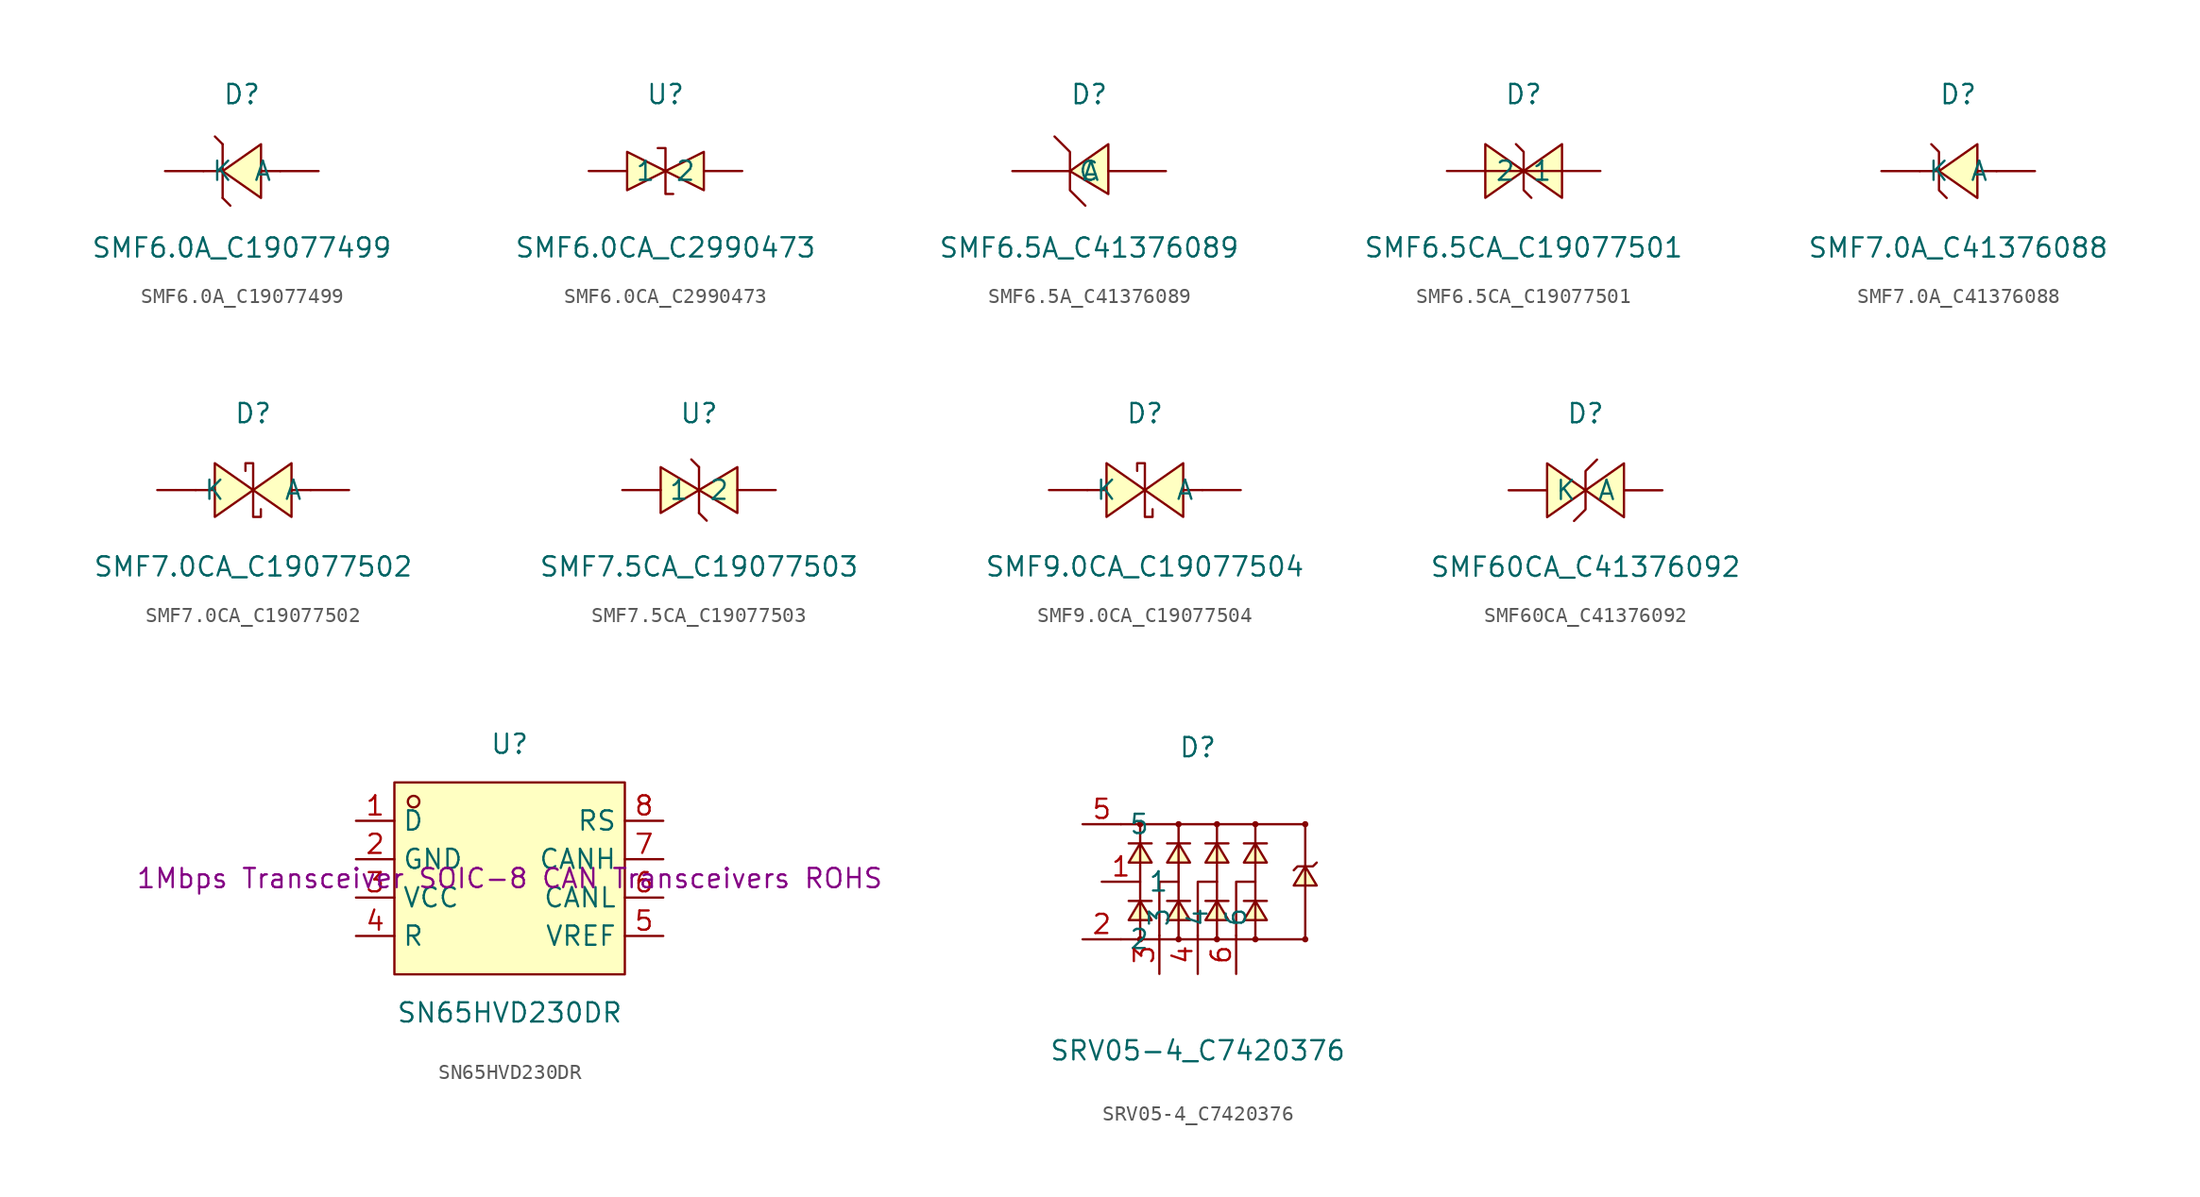
<source format=kicad_sym>
(kicad_symbol_lib
  (version 20241209)
  (generator "kicad_symbol_editor")
  (generator_version "9.0")
  (symbol "SMF6.0A_C19077499"
    (pin_numbers
      (hide yes))
    (property "Reference" "D"
      (at 0 5.08 0)
      (effects (font (size 1.27 1.27))))
    (property "Value" "SMF6.0A_C19077499"
      (at 0 -5.08 0)
      (effects (font (size 1.27 1.27))))
    (symbol "SMF6.0A_C19077499_0_1"
      (polyline (pts (xy -1.27 1.78) (xy -1.78 2.29)) (stroke (width 0) (type default)) (fill (type none)))
      (polyline (pts (xy -1.27 1.78) (xy -1.27 -1.78)) (stroke (width 0) (type default)) (fill (type none)))
      (polyline (pts (xy -1.27 0) (xy -2.54 0)) (stroke (width 0) (type default)) (fill (type none)))
      (polyline (pts (xy -1.27 -1.78) (xy -0.76 -2.29)) (stroke (width 0) (type default)) (fill (type none)))
      (polyline (pts (xy 1.27 1.78) (xy -1.27 0) (xy 1.27 -1.78) (xy 1.27 1.78)) (stroke (width 0) (type default)) (fill (type background)))
      (polyline (pts (xy 2.54 0) (xy 1.27 0)) (stroke (width 0) (type default)) (fill (type none)))
      (pin unspecified line (at -5.08 0 0) (length 2.54) (name "K" (effects (font (size 1.27 1.27)))) (number "1" (effects (font (size 1.27 1.27)))))
      (pin unspecified line (at 5.08 0 180) (length 2.54) (name "A" (effects (font (size 1.27 1.27)))) (number "2" (effects (font (size 1.27 1.27)))))))
  (symbol "SMF6.0CA_C2990473"
    (pin_numbers
      (hide yes))
    (property "Reference" "U"
      (at 0 5.08 0)
      (effects (font (size 1.27 1.27))))
    (property "Value" "SMF6.0CA_C2990473"
      (at 0 -5.08 0)
      (effects (font (size 1.27 1.27))))
    (symbol "SMF6.0CA_C2990473_0_1"
      (polyline (pts (xy -2.54 1.27) (xy 0 0) (xy -2.54 -1.27) (xy -2.54 1.27)) (stroke (width 0) (type default)) (fill (type background)))
      (polyline (pts (xy -0.51 1.52) (xy -0.51 1.52) (xy 0 1.52) (xy 0 -1.52) (xy 0.51 -1.52) (xy 0.51 -1.52)) (stroke (width 0) (type default)) (fill (type none)))
      (polyline (pts (xy 2.54 1.27) (xy 0 0) (xy 2.54 -1.27) (xy 2.54 1.27)) (stroke (width 0) (type default)) (fill (type background)))
      (pin unspecified line (at -5.08 0 0) (length 2.54) (name "1" (effects (font (size 1.27 1.27)))) (number "1" (effects (font (size 1.27 1.27)))))
      (pin unspecified line (at 5.08 0 180) (length 2.54) (name "2" (effects (font (size 1.27 1.27)))) (number "2" (effects (font (size 1.27 1.27)))))))
  (symbol "SMF6.5A_C41376089"
    (pin_numbers
      (hide yes))
    (property "Reference" "D"
      (at 0 5.08 0)
      (effects (font (size 1.27 1.27))))
    (property "Value" "SMF6.5A_C41376089"
      (at 0 -5.08 0)
      (effects (font (size 1.27 1.27))))
    (symbol "SMF6.5A_C41376089_0_1"
      (polyline (pts (xy -2.29 2.29) (xy -1.27 1.27) (xy -1.27 -1.27) (xy -0.25 -2.29)) (stroke (width 0) (type default)) (fill (type none)))
      (polyline (pts (xy 1.27 -1.52) (xy -1.27 0) (xy 1.27 1.78) (xy 1.27 -1.52)) (stroke (width 0) (type default)) (fill (type background)))
      (pin unspecified line (at -5.08 0 0) (length 3.81) (name "C" (effects (font (size 1.27 1.27)))) (number "1" (effects (font (size 1.27 1.27)))))
      (pin unspecified line (at 5.08 0 180) (length 3.81) (name "A" (effects (font (size 1.27 1.27)))) (number "2" (effects (font (size 1.27 1.27)))))))
  (symbol "SMF6.5CA_C19077501"
    (pin_numbers
      (hide yes))
    (property "Reference" "D"
      (at 0 5.08 0)
      (effects (font (size 1.27 1.27))))
    (property "Value" "SMF6.5CA_C19077501"
      (at 0 -5.08 0)
      (effects (font (size 1.27 1.27))))
    (symbol "SMF6.5CA_C19077501_0_1"
      (polyline (pts (xy -2.54 -1.78) (xy 0 0) (xy -2.54 1.78) (xy -2.54 -1.78)) (stroke (width 0) (type default)) (fill (type background)))
      (polyline (pts (xy -0.51 1.78) (xy 0 1.27) (xy 0 -1.27) (xy 0.51 -1.78)) (stroke (width 0) (type default)) (fill (type none)))
      (polyline (pts (xy 2.54 1.78) (xy 0 0) (xy 2.54 -1.78) (xy 2.54 1.78)) (stroke (width 0) (type default)) (fill (type background)))
      (pin unspecified line (at -5.08 0 0) (length 5.08) (name "1" (effects (font (size 1.27 1.27)))) (number "1" (effects (font (size 1.27 1.27)))))
      (pin unspecified line (at 5.08 0 180) (length 5.08) (name "2" (effects (font (size 1.27 1.27)))) (number "2" (effects (font (size 1.27 1.27)))))))
  (symbol "SMF7.0A_C41376088"
    (pin_numbers
      (hide yes))
    (property "Reference" "D"
      (at 0 5.08 0)
      (effects (font (size 1.27 1.27))))
    (property "Value" "SMF7.0A_C41376088"
      (at 0 -5.08 0)
      (effects (font (size 1.27 1.27))))
    (symbol "SMF7.0A_C41376088_0_1"
      (polyline (pts (xy -1.78 1.78) (xy -1.27 1.27) (xy -1.27 -1.27) (xy -0.76 -1.78)) (stroke (width 0) (type default)) (fill (type none)))
      (polyline (pts (xy -1.27 0) (xy -2.54 0)) (stroke (width 0) (type default)) (fill (type none)))
      (polyline (pts (xy 1.27 1.78) (xy -1.27 0) (xy 1.27 -1.78) (xy 1.27 1.78)) (stroke (width 0) (type default)) (fill (type background)))
      (polyline (pts (xy 2.54 0) (xy 1.27 0)) (stroke (width 0) (type default)) (fill (type none)))
      (pin unspecified line (at -5.08 0 0) (length 2.54) (name "K" (effects (font (size 1.27 1.27)))) (number "1" (effects (font (size 1.27 1.27)))))
      (pin unspecified line (at 5.08 0 180) (length 2.54) (name "A" (effects (font (size 1.27 1.27)))) (number "2" (effects (font (size 1.27 1.27)))))))
  (symbol "SMF7.0CA_C19077502"
    (pin_numbers
      (hide yes))
    (property "Reference" "D"
      (at 0 5.08 0)
      (effects (font (size 1.27 1.27))))
    (property "Value" "SMF7.0CA_C19077502"
      (at 0 -5.08 0)
      (effects (font (size 1.27 1.27))))
    (symbol "SMF7.0CA_C19077502_0_1"
      (polyline (pts (xy -2.54 0) (xy -3.81 0)) (stroke (width 0) (type default)) (fill (type none)))
      (polyline (pts (xy -2.54 -1.78) (xy 0 0) (xy -2.54 1.78) (xy -2.54 -1.78)) (stroke (width 0) (type default)) (fill (type background)))
      (polyline (pts (xy -0.51 1.27) (xy -0.51 1.78) (xy 0 1.78) (xy 0 -1.78) (xy 0.51 -1.78) (xy 0.51 -1.27)) (stroke (width 0) (type default)) (fill (type none)))
      (polyline (pts (xy 2.54 1.78) (xy 0 0) (xy 2.54 -1.78) (xy 2.54 1.78)) (stroke (width 0) (type default)) (fill (type background)))
      (polyline (pts (xy 3.81 0) (xy 2.54 0)) (stroke (width 0) (type default)) (fill (type none)))
      (pin unspecified line (at -6.35 0 0) (length 2.54) (name "K" (effects (font (size 1.27 1.27)))) (number "2" (effects (font (size 1.27 1.27)))))
      (pin unspecified line (at 6.35 0 180) (length 2.54) (name "A" (effects (font (size 1.27 1.27)))) (number "1" (effects (font (size 1.27 1.27)))))))
  (symbol "SMF7.5CA_C19077503"
    (pin_numbers
      (hide yes))
    (property "Reference" "U"
      (at 0 5.08 0)
      (effects (font (size 1.27 1.27))))
    (property "Value" "SMF7.5CA_C19077503"
      (at 0 -5.08 0)
      (effects (font (size 1.27 1.27))))
    (symbol "SMF7.5CA_C19077503_0_1"
      (polyline (pts (xy -2.54 1.52) (xy 0 0) (xy -2.54 -1.52) (xy -2.54 1.52)) (stroke (width 0) (type default)) (fill (type background)))
      (polyline (pts (xy 0 1.52) (xy -0.51 2.03) (xy 0 1.52)) (stroke (width 0) (type default)) (fill (type background)))
      (polyline (pts (xy 0 -1.52) (xy 0 1.52)) (stroke (width 0) (type default)) (fill (type none)))
      (polyline (pts (xy 0 -1.52) (xy 0.51 -2.03) (xy 0 -1.52)) (stroke (width 0) (type default)) (fill (type background)))
      (polyline (pts (xy 2.54 1.52) (xy 0 0) (xy 2.54 -1.52) (xy 2.54 1.52)) (stroke (width 0) (type default)) (fill (type background)))
      (pin unspecified line (at -5.08 0 0) (length 2.54) (name "1" (effects (font (size 1.27 1.27)))) (number "1" (effects (font (size 1.27 1.27)))))
      (pin unspecified line (at 5.08 0 180) (length 2.54) (name "2" (effects (font (size 1.27 1.27)))) (number "2" (effects (font (size 1.27 1.27)))))))
  (symbol "SMF9.0CA_C19077504"
    (pin_numbers
      (hide yes))
    (property "Reference" "D"
      (at 0 5.08 0)
      (effects (font (size 1.27 1.27))))
    (property "Value" "SMF9.0CA_C19077504"
      (at 0 -5.08 0)
      (effects (font (size 1.27 1.27))))
    (symbol "SMF9.0CA_C19077504_0_1"
      (polyline (pts (xy -2.54 0) (xy -3.81 0)) (stroke (width 0) (type default)) (fill (type none)))
      (polyline (pts (xy -2.54 -1.78) (xy 0 0) (xy -2.54 1.78) (xy -2.54 -1.78)) (stroke (width 0) (type default)) (fill (type background)))
      (polyline (pts (xy -0.51 1.27) (xy -0.51 1.78) (xy 0 1.78) (xy 0 -1.78) (xy 0.51 -1.78) (xy 0.51 -1.27)) (stroke (width 0) (type default)) (fill (type none)))
      (polyline (pts (xy 2.54 1.78) (xy 0 0) (xy 2.54 -1.78) (xy 2.54 1.78)) (stroke (width 0) (type default)) (fill (type background)))
      (polyline (pts (xy 3.81 0) (xy 2.54 0)) (stroke (width 0) (type default)) (fill (type none)))
      (pin unspecified line (at -6.35 0 0) (length 2.54) (name "K" (effects (font (size 1.27 1.27)))) (number "2" (effects (font (size 1.27 1.27)))))
      (pin unspecified line (at 6.35 0 180) (length 2.54) (name "A" (effects (font (size 1.27 1.27)))) (number "1" (effects (font (size 1.27 1.27)))))))
  (symbol "SMF60CA_C41376092"
    (pin_numbers
      (hide yes))
    (property "Reference" "D"
      (at 0 5.08 0)
      (effects (font (size 1.27 1.27))))
    (property "Value" "SMF60CA_C41376092"
      (at 0 -5.08 0)
      (effects (font (size 1.27 1.27))))
    (symbol "SMF60CA_C41376092_0_1"
      (polyline (pts (xy -2.54 -1.78) (xy 0 0) (xy -2.54 1.78) (xy -2.54 -1.78)) (stroke (width 0) (type default)) (fill (type background)))
      (polyline (pts (xy 0.76 2.03) (xy 0 1.27) (xy 0 -1.27) (xy -0.76 -2.03)) (stroke (width 0) (type default)) (fill (type none)))
      (polyline (pts (xy 2.54 1.78) (xy 0 0) (xy 2.54 -1.78) (xy 2.54 1.78)) (stroke (width 0) (type default)) (fill (type background)))
      (pin unspecified line (at -5.08 0 0) (length 2.54) (name "K" (effects (font (size 1.27 1.27)))) (number "1" (effects (font (size 1.27 1.27)))))
      (pin unspecified line (at 5.08 0 180) (length 2.54) (name "A" (effects (font (size 1.27 1.27)))) (number "2" (effects (font (size 1.27 1.27)))))))
  (symbol "SN65HVD230DR"
    (property "Reference" "U"
      (at 0 8.89 0)
      (effects (font (size 1.27 1.27))))
    (property "Value" "SN65HVD230DR"
      (at 0 -8.89 0)
      (effects (font (size 1.27 1.27))))
    (property "Description" "1Mbps Transceiver SOIC-8 CAN Transceivers ROHS"
      (at 0 0 0)
      (effects (font (size 1.27 1.27))))
    (symbol "SN65HVD230DR_0_1"
      (rectangle (start -7.62 6.35) (end 7.62 -6.35) (stroke (width 0) (type default)) (fill (type background)))
      (circle (center -6.35 5.08) (radius 0.38) (stroke (width 0) (type default)) (fill (type none)))
      (pin unspecified line (at -10.16 3.81 0) (length 2.54) (name "D" (effects (font (size 1.27 1.27)))) (number "1" (effects (font (size 1.27 1.27)))))
      (pin unspecified line (at -10.16 1.27 0) (length 2.54) (name "GND" (effects (font (size 1.27 1.27)))) (number "2" (effects (font (size 1.27 1.27)))))
      (pin unspecified line (at -10.16 -1.27 0) (length 2.54) (name "VCC" (effects (font (size 1.27 1.27)))) (number "3" (effects (font (size 1.27 1.27)))))
      (pin unspecified line (at -10.16 -3.81 0) (length 2.54) (name "R" (effects (font (size 1.27 1.27)))) (number "4" (effects (font (size 1.27 1.27)))))
      (pin unspecified line (at 10.16 3.81 180) (length 2.54) (name "RS" (effects (font (size 1.27 1.27)))) (number "8" (effects (font (size 1.27 1.27)))))
      (pin unspecified line (at 10.16 1.27 180) (length 2.54) (name "CANH" (effects (font (size 1.27 1.27)))) (number "7" (effects (font (size 1.27 1.27)))))
      (pin unspecified line (at 10.16 -1.27 180) (length 2.54) (name "CANL" (effects (font (size 1.27 1.27)))) (number "6" (effects (font (size 1.27 1.27)))))
      (pin unspecified line (at 10.16 -3.81 180) (length 2.54) (name "VREF" (effects (font (size 1.27 1.27)))) (number "5" (effects (font (size 1.27 1.27)))))))
  (symbol "SRV05-4_C7420376"
    (property "Reference" "D"
      (at 0 10.16 0)
      (effects (font (size 1.27 1.27))))
    (property "Value" "SRV05-4_C7420376"
      (at 0 -9.91 0)
      (effects (font (size 1.27 1.27))))
    (symbol "SRV05-4_C7420376_0_1"
      (polyline (pts (xy -5.08 5.08) (xy 7.11 5.08) (xy 7.11 -2.54) (xy -5.08 -2.54)) (stroke (width 0) (type default)) (fill (type none)))
      (polyline (pts (xy -4.57 3.81) (xy -4.32 3.81) (xy -3.3 3.81) (xy -3.05 3.81)) (stroke (width 0) (type default)) (fill (type none)))
      (polyline (pts (xy -4.57 0) (xy -4.32 0) (xy -3.3 0) (xy -3.05 0)) (stroke (width 0) (type default)) (fill (type none)))
      (circle (center -3.81 5.08) (radius 0.13) (stroke (width 0) (type default)) (fill (type none)))
      (polyline (pts (xy -3.81 5.08) (xy -3.81 -2.54)) (stroke (width 0) (type default)) (fill (type none)))
      (polyline (pts (xy -3.81 3.81) (xy -4.57 2.54) (xy -3.05 2.54) (xy -3.81 3.81)) (stroke (width 0) (type default)) (fill (type background)))
      (polyline (pts (xy -3.81 0) (xy -4.57 -1.27) (xy -3.05 -1.27) (xy -3.81 0)) (stroke (width 0) (type default)) (fill (type background)))
      (circle (center -3.81 -2.54) (radius 0.13) (stroke (width 0) (type default)) (fill (type none)))
      (polyline (pts (xy -2.03 3.81) (xy -1.78 3.81) (xy -0.76 3.81) (xy -0.51 3.81)) (stroke (width 0) (type default)) (fill (type none)))
      (polyline (pts (xy -2.03 0) (xy -1.78 0) (xy -0.76 0) (xy -0.51 0)) (stroke (width 0) (type default)) (fill (type none)))
      (circle (center -1.27 5.08) (radius 0.13) (stroke (width 0) (type default)) (fill (type none)))
      (polyline (pts (xy -1.27 5.08) (xy -1.27 -2.54)) (stroke (width 0) (type default)) (fill (type none)))
      (polyline (pts (xy -1.27 3.81) (xy -2.03 2.54) (xy -0.51 2.54) (xy -1.27 3.81)) (stroke (width 0) (type default)) (fill (type background)))
      (polyline (pts (xy -1.27 1.27) (xy -2.54 1.27) (xy -2.54 -2.29)) (stroke (width 0) (type default)) (fill (type none)))
      (polyline (pts (xy -1.27 0) (xy -2.03 -1.27) (xy -0.51 -1.27) (xy -1.27 0)) (stroke (width 0) (type default)) (fill (type background)))
      (circle (center -1.27 -2.54) (radius 0.13) (stroke (width 0) (type default)) (fill (type none)))
      (polyline (pts (xy 0.51 3.81) (xy 0.76 3.81) (xy 1.78 3.81) (xy 2.03 3.81)) (stroke (width 0) (type default)) (fill (type none)))
      (polyline (pts (xy 0.51 0) (xy 0.76 0) (xy 1.78 0) (xy 2.03 0)) (stroke (width 0) (type default)) (fill (type none)))
      (polyline (pts (xy 1.27 5.08) (xy 1.27 -2.54)) (stroke (width 0) (type default)) (fill (type none)))
      (circle (center 1.27 5.08) (radius 0.13) (stroke (width 0) (type default)) (fill (type none)))
      (polyline (pts (xy 1.27 3.81) (xy 0.51 2.54) (xy 2.03 2.54) (xy 1.27 3.81)) (stroke (width 0) (type default)) (fill (type background)))
      (polyline (pts (xy 1.27 1.27) (xy 0 1.27) (xy 0 -2.29)) (stroke (width 0) (type default)) (fill (type none)))
      (polyline (pts (xy 1.27 0) (xy 0.51 -1.27) (xy 2.03 -1.27) (xy 1.27 0)) (stroke (width 0) (type default)) (fill (type background)))
      (circle (center 1.27 -2.54) (radius 0.13) (stroke (width 0) (type default)) (fill (type none)))
      (polyline (pts (xy 3.05 3.81) (xy 3.3 3.81) (xy 4.32 3.81) (xy 4.57 3.81)) (stroke (width 0) (type default)) (fill (type none)))
      (polyline (pts (xy 3.05 0) (xy 3.3 0) (xy 4.32 0) (xy 4.57 0)) (stroke (width 0) (type default)) (fill (type none)))
      (polyline (pts (xy 3.81 5.08) (xy 3.81 -2.54)) (stroke (width 0) (type default)) (fill (type none)))
      (circle (center 3.81 5.08) (radius 0.13) (stroke (width 0) (type default)) (fill (type none)))
      (polyline (pts (xy 3.81 3.81) (xy 3.05 2.54) (xy 4.57 2.54) (xy 3.81 3.81)) (stroke (width 0) (type default)) (fill (type background)))
      (polyline (pts (xy 3.81 1.27) (xy 2.54 1.27) (xy 2.54 -2.29)) (stroke (width 0) (type default)) (fill (type none)))
      (polyline (pts (xy 3.81 0) (xy 3.05 -1.27) (xy 4.57 -1.27) (xy 3.81 0)) (stroke (width 0) (type default)) (fill (type background)))
      (circle (center 3.81 -2.54) (radius 0.13) (stroke (width 0) (type default)) (fill (type none)))
      (polyline (pts (xy 6.35 2.03) (xy 6.6 2.29) (xy 7.62 2.29) (xy 7.87 2.54)) (stroke (width 0) (type default)) (fill (type none)))
      (circle (center 7.11 5.08) (radius 0.13) (stroke (width 0) (type default)) (fill (type none)))
      (polyline (pts (xy 7.11 2.29) (xy 6.35 1.02) (xy 7.87 1.02) (xy 7.11 2.29)) (stroke (width 0) (type default)) (fill (type background)))
      (circle (center 7.11 -2.54) (radius 0.13) (stroke (width 0) (type default)) (fill (type none)))
      (pin unspecified line (at -7.62 5.08 0) (length 2.54) (name "5" (effects (font (size 1.27 1.27)))) (number "5" (effects (font (size 1.27 1.27)))))
      (pin unspecified line (at -7.62 -2.54 0) (length 2.54) (name "2" (effects (font (size 1.27 1.27)))) (number "2" (effects (font (size 1.27 1.27)))))
      (pin unspecified line (at -6.35 1.27 0) (length 2.54) (name "1" (effects (font (size 1.27 1.27)))) (number "1" (effects (font (size 1.27 1.27)))))
      (pin unspecified line (at -2.54 -4.83 90) (length 2.54) (name "3" (effects (font (size 1.27 1.27)))) (number "3" (effects (font (size 1.27 1.27)))))
      (pin unspecified line (at 0 -4.83 90) (length 2.54) (name "4" (effects (font (size 1.27 1.27)))) (number "4" (effects (font (size 1.27 1.27)))))
      (pin unspecified line (at 2.54 -4.83 90) (length 2.54) (name "6" (effects (font (size 1.27 1.27)))) (number "6" (effects (font (size 1.27 1.27))))))))
</source>
